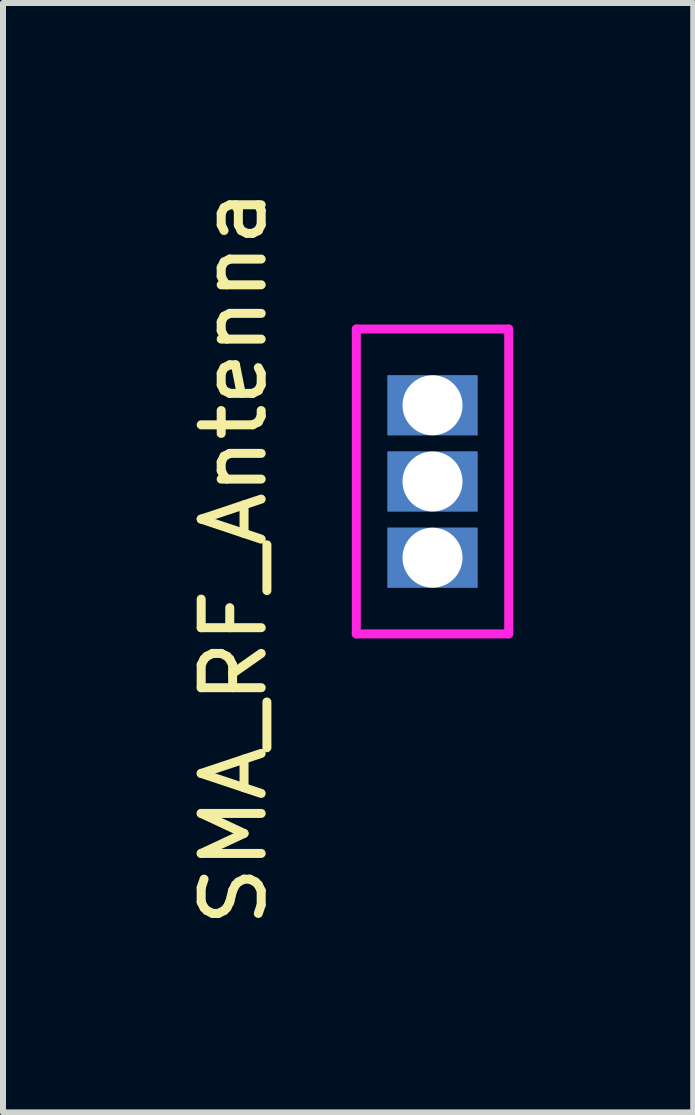
<source format=kicad_pcb>
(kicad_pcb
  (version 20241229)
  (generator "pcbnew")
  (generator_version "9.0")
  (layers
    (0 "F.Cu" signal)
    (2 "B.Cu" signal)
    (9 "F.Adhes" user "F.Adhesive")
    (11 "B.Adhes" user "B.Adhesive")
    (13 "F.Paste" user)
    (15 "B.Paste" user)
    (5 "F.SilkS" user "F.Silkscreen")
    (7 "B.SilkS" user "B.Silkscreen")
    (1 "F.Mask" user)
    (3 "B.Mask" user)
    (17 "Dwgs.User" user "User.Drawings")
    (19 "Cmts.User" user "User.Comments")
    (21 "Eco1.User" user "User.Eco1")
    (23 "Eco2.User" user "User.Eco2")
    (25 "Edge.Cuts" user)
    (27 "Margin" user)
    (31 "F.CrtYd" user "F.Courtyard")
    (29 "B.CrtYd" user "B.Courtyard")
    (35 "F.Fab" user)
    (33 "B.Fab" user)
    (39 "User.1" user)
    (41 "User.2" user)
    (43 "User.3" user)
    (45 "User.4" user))
  (footprint "SMA_RF_Antenna"
    (layer "F.Cu")
    (at 2.888 6.244)
    (property "Reference" "SMA_RF_Antenna" (at -2.04 0 90) (layer "F.SilkS") (effects (font (size 1 1) (thickness 0.15))))
    (attr through_hole)
    (fp_line (start 0 -3.81) (end 2.54 -3.81) (stroke (width 0.15) (type solid)) (layer "F.CrtYd"))
    (fp_line (start 0 1.27) (end 0 -3.81) (stroke (width 0.15) (type solid)) (layer "F.CrtYd"))
    (fp_line (start 2.54 -3.81) (end 2.54 1.27) (stroke (width 0.15) (type solid)) (layer "F.CrtYd"))
    (fp_line (start 2.54 1.27) (end 0 1.27) (stroke (width 0.15) (type solid)) (layer "F.CrtYd"))
    (pad "4" thru_hole rect (at 1.27 -2.54) (size 1.5 1) (drill 1) (layers "*.Cu" "*.Mask"))
    (pad "5" thru_hole rect (at 1.27 -1.27) (size 1.5 1) (drill 1) (layers "*.Cu" "*.Mask"))
    (pad "6" thru_hole rect (at 1.27 0) (size 1.5 1) (drill 1) (layers "*.Cu" "*.Mask")))
  (gr_rect
    (start -3 -3)
    (end 8.503 15.488)
    (stroke (width 0.1) (type default))
    (fill no)
    (layer "Edge.Cuts")))
</source>
